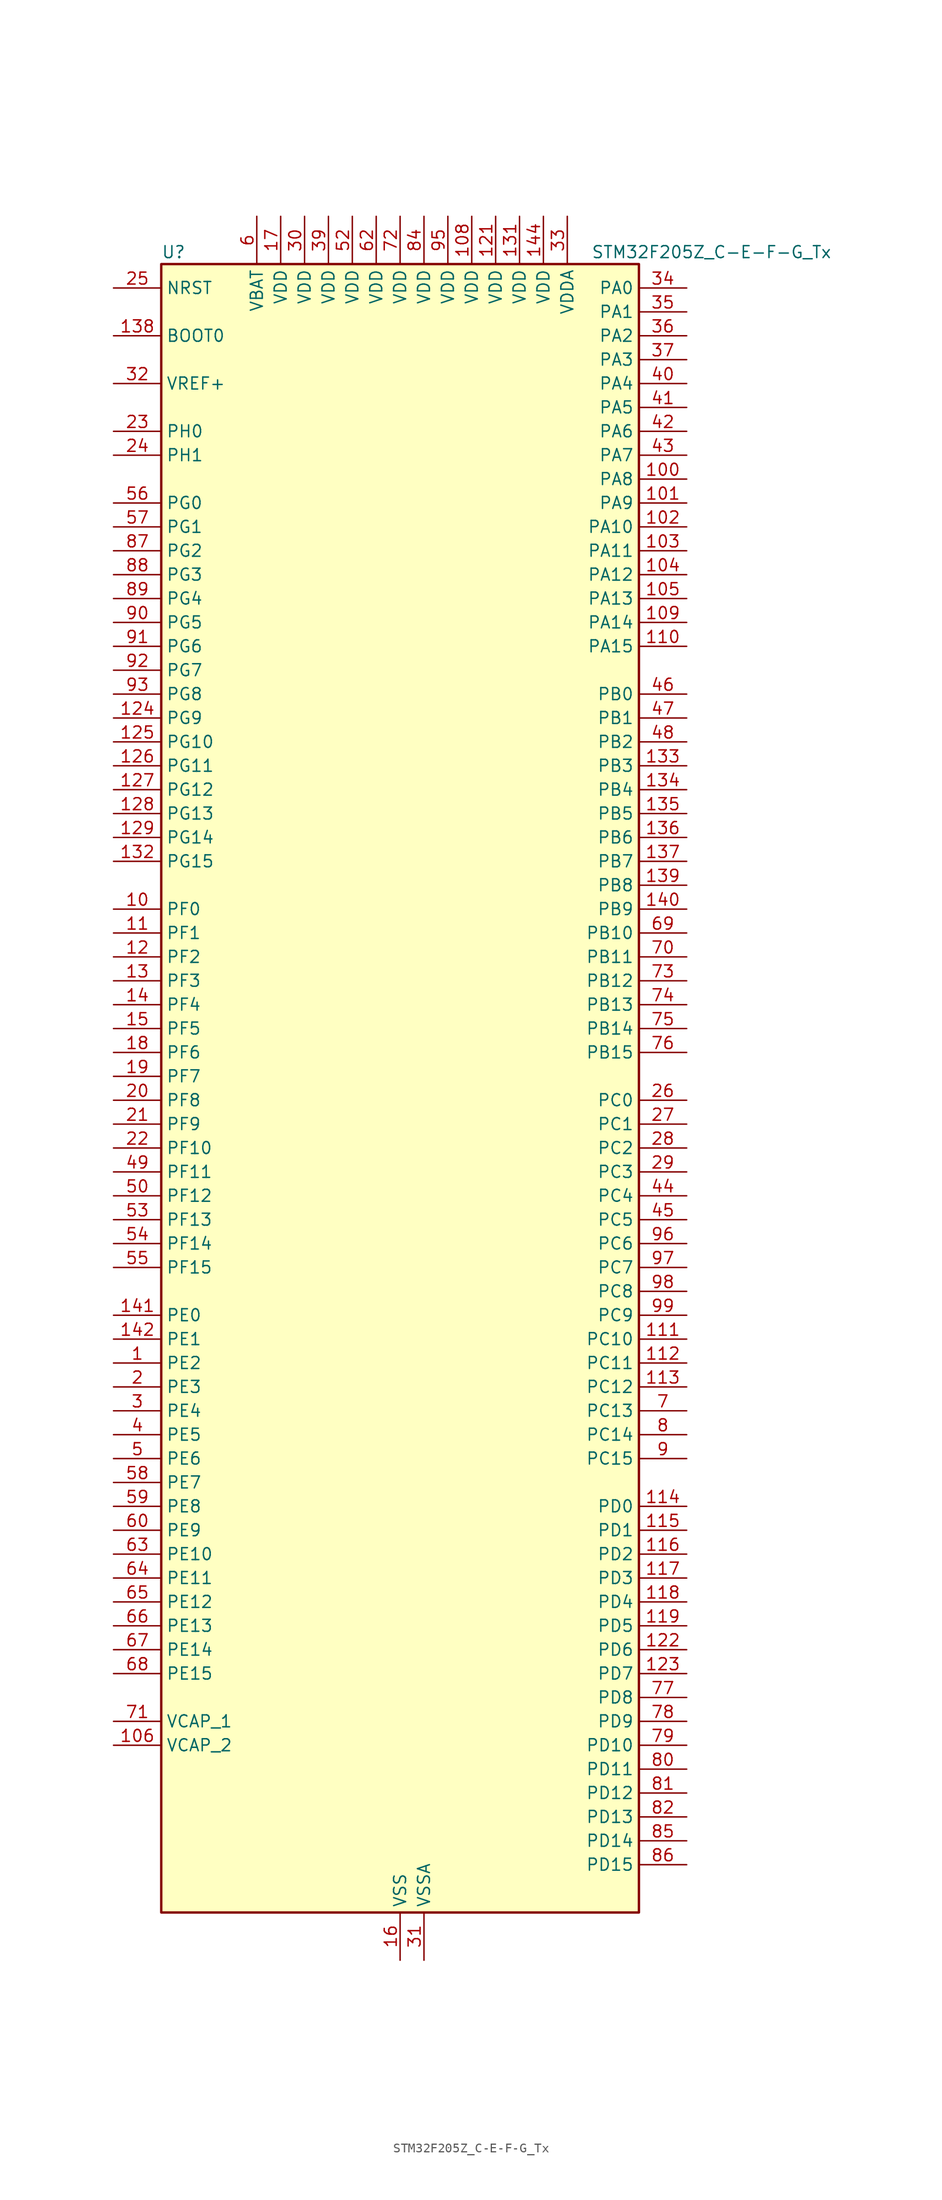
<source format=kicad_sym>
(kicad_symbol_lib
  (version 20231120)
  (generator "kicad_symbol_editor")
  (generator_version "8.0")
  (symbol "STM32F205Z_C-E-F-G_Tx"
    (property "Reference" "U"
      (at -25.4 90.17 0)
      (effects (font (size 1.27 1.27)) (justify left)))
    (property "Value" "STM32F205Z_C-E-F-G_Tx"
      (at 20.32 90.17 0)
      (effects (font (size 1.27 1.27)) (justify left)))
    (property "ki_locked" ""
      (at 0 0 0)
      (effects (font (size 1.27 1.27))))
    (symbol "STM32F205Z_C-E-F-G_Tx_0_1"
      (rectangle (start -25.4 -86.36) (end 25.4 88.9) (stroke (width 0.254) (type default)) (fill (type background))))
    (symbol "STM32F205Z_C-E-F-G_Tx_1_1"
      (pin bidirectional line (at -30.48 -27.94 0) (length 5.08) (name "PE2" (effects (font (size 1.27 1.27)))) (number "1" (effects (font (size 1.27 1.27)))) (alternate "FSMC_A23" bidirectional line) (alternate "SYS_TRACECLK" bidirectional line))
      (pin bidirectional line (at -30.48 20.32 0) (length 5.08) (name "PF0" (effects (font (size 1.27 1.27)))) (number "10" (effects (font (size 1.27 1.27)))) (alternate "FSMC_A0" bidirectional line) (alternate "I2C2_SDA" bidirectional line))
      (pin bidirectional line (at 30.48 66.04 180) (length 5.08) (name "PA8" (effects (font (size 1.27 1.27)))) (number "100" (effects (font (size 1.27 1.27)))) (alternate "I2C3_SCL" bidirectional line) (alternate "RCC_MCO_1" bidirectional line) (alternate "TIM1_CH1" bidirectional line) (alternate "USART1_CK" bidirectional line) (alternate "USB_OTG_FS_SOF" bidirectional line))
      (pin bidirectional line (at 30.48 63.5 180) (length 5.08) (name "PA9" (effects (font (size 1.27 1.27)))) (number "101" (effects (font (size 1.27 1.27)))) (alternate "DAC_EXTI9" bidirectional line) (alternate "I2C3_SMBA" bidirectional line) (alternate "TIM1_CH2" bidirectional line) (alternate "USART1_TX" bidirectional line) (alternate "USB_OTG_FS_VBUS" bidirectional line))
      (pin bidirectional line (at 30.48 60.96 180) (length 5.08) (name "PA10" (effects (font (size 1.27 1.27)))) (number "102" (effects (font (size 1.27 1.27)))) (alternate "TIM1_CH3" bidirectional line) (alternate "USART1_RX" bidirectional line) (alternate "USB_OTG_FS_ID" bidirectional line))
      (pin bidirectional line (at 30.48 58.42 180) (length 5.08) (name "PA11" (effects (font (size 1.27 1.27)))) (number "103" (effects (font (size 1.27 1.27)))) (alternate "ADC1_EXTI11" bidirectional line) (alternate "ADC2_EXTI11" bidirectional line) (alternate "ADC3_EXTI11" bidirectional line) (alternate "CAN1_RX" bidirectional line) (alternate "TIM1_CH4" bidirectional line) (alternate "USART1_CTS" bidirectional line) (alternate "USB_OTG_FS_DM" bidirectional line))
      (pin bidirectional line (at 30.48 55.88 180) (length 5.08) (name "PA12" (effects (font (size 1.27 1.27)))) (number "104" (effects (font (size 1.27 1.27)))) (alternate "CAN1_TX" bidirectional line) (alternate "TIM1_ETR" bidirectional line) (alternate "USART1_RTS" bidirectional line) (alternate "USB_OTG_FS_DP" bidirectional line))
      (pin bidirectional line (at 30.48 53.34 180) (length 5.08) (name "PA13" (effects (font (size 1.27 1.27)))) (number "105" (effects (font (size 1.27 1.27)))) (alternate "SYS_JTMS-SWDIO" bidirectional line))
      (pin power_out line (at -30.48 -68.58 0) (length 5.08) (name "VCAP_2" (effects (font (size 1.27 1.27)))) (number "106" (effects (font (size 1.27 1.27)))))
      (pin passive line (at 0 -91.44 90) (length 5.08) hide (name "VSS" (effects (font (size 1.27 1.27)))) (number "107" (effects (font (size 1.27 1.27)))))
      (pin power_in line (at 7.62 93.98 270) (length 5.08) (name "VDD" (effects (font (size 1.27 1.27)))) (number "108" (effects (font (size 1.27 1.27)))))
      (pin bidirectional line (at 30.48 50.8 180) (length 5.08) (name "PA14" (effects (font (size 1.27 1.27)))) (number "109" (effects (font (size 1.27 1.27)))) (alternate "SYS_JTCK-SWCLK" bidirectional line))
      (pin bidirectional line (at -30.48 17.78 0) (length 5.08) (name "PF1" (effects (font (size 1.27 1.27)))) (number "11" (effects (font (size 1.27 1.27)))) (alternate "FSMC_A1" bidirectional line) (alternate "I2C2_SCL" bidirectional line))
      (pin bidirectional line (at 30.48 48.26 180) (length 5.08) (name "PA15" (effects (font (size 1.27 1.27)))) (number "110" (effects (font (size 1.27 1.27)))) (alternate "ADC1_EXTI15" bidirectional line) (alternate "ADC2_EXTI15" bidirectional line) (alternate "ADC3_EXTI15" bidirectional line) (alternate "I2S3_WS" bidirectional line) (alternate "SPI1_NSS" bidirectional line) (alternate "SPI3_NSS" bidirectional line) (alternate "SYS_JTDI" bidirectional line) (alternate "TIM2_CH1" bidirectional line) (alternate "TIM2_ETR" bidirectional line))
      (pin bidirectional line (at 30.48 -25.4 180) (length 5.08) (name "PC10" (effects (font (size 1.27 1.27)))) (number "111" (effects (font (size 1.27 1.27)))) (alternate "I2S3_SCK" bidirectional line) (alternate "SDIO_D2" bidirectional line) (alternate "SPI3_SCK" bidirectional line) (alternate "UART4_TX" bidirectional line) (alternate "USART3_TX" bidirectional line))
      (pin bidirectional line (at 30.48 -27.94 180) (length 5.08) (name "PC11" (effects (font (size 1.27 1.27)))) (number "112" (effects (font (size 1.27 1.27)))) (alternate "ADC1_EXTI11" bidirectional line) (alternate "ADC2_EXTI11" bidirectional line) (alternate "ADC3_EXTI11" bidirectional line) (alternate "SDIO_D3" bidirectional line) (alternate "SPI3_MISO" bidirectional line) (alternate "UART4_RX" bidirectional line) (alternate "USART3_RX" bidirectional line))
      (pin bidirectional line (at 30.48 -30.48 180) (length 5.08) (name "PC12" (effects (font (size 1.27 1.27)))) (number "113" (effects (font (size 1.27 1.27)))) (alternate "I2S3_SD" bidirectional line) (alternate "SDIO_CK" bidirectional line) (alternate "SPI3_MOSI" bidirectional line) (alternate "UART5_TX" bidirectional line) (alternate "USART3_CK" bidirectional line))
      (pin bidirectional line (at 30.48 -43.18 180) (length 5.08) (name "PD0" (effects (font (size 1.27 1.27)))) (number "114" (effects (font (size 1.27 1.27)))) (alternate "CAN1_RX" bidirectional line) (alternate "FSMC_D2" bidirectional line) (alternate "FSMC_DA2" bidirectional line))
      (pin bidirectional line (at 30.48 -45.72 180) (length 5.08) (name "PD1" (effects (font (size 1.27 1.27)))) (number "115" (effects (font (size 1.27 1.27)))) (alternate "CAN1_TX" bidirectional line) (alternate "FSMC_D3" bidirectional line) (alternate "FSMC_DA3" bidirectional line))
      (pin bidirectional line (at 30.48 -48.26 180) (length 5.08) (name "PD2" (effects (font (size 1.27 1.27)))) (number "116" (effects (font (size 1.27 1.27)))) (alternate "SDIO_CMD" bidirectional line) (alternate "TIM3_ETR" bidirectional line) (alternate "UART5_RX" bidirectional line))
      (pin bidirectional line (at 30.48 -50.8 180) (length 5.08) (name "PD3" (effects (font (size 1.27 1.27)))) (number "117" (effects (font (size 1.27 1.27)))) (alternate "FSMC_CLK" bidirectional line) (alternate "USART2_CTS" bidirectional line))
      (pin bidirectional line (at 30.48 -53.34 180) (length 5.08) (name "PD4" (effects (font (size 1.27 1.27)))) (number "118" (effects (font (size 1.27 1.27)))) (alternate "FSMC_NOE" bidirectional line) (alternate "USART2_RTS" bidirectional line))
      (pin bidirectional line (at 30.48 -55.88 180) (length 5.08) (name "PD5" (effects (font (size 1.27 1.27)))) (number "119" (effects (font (size 1.27 1.27)))) (alternate "FSMC_NWE" bidirectional line) (alternate "USART2_TX" bidirectional line))
      (pin bidirectional line (at -30.48 15.24 0) (length 5.08) (name "PF2" (effects (font (size 1.27 1.27)))) (number "12" (effects (font (size 1.27 1.27)))) (alternate "FSMC_A2" bidirectional line) (alternate "I2C2_SMBA" bidirectional line))
      (pin passive line (at 0 -91.44 90) (length 5.08) hide (name "VSS" (effects (font (size 1.27 1.27)))) (number "120" (effects (font (size 1.27 1.27)))))
      (pin power_in line (at 10.16 93.98 270) (length 5.08) (name "VDD" (effects (font (size 1.27 1.27)))) (number "121" (effects (font (size 1.27 1.27)))))
      (pin bidirectional line (at 30.48 -58.42 180) (length 5.08) (name "PD6" (effects (font (size 1.27 1.27)))) (number "122" (effects (font (size 1.27 1.27)))) (alternate "FSMC_NWAIT" bidirectional line) (alternate "USART2_RX" bidirectional line))
      (pin bidirectional line (at 30.48 -60.96 180) (length 5.08) (name "PD7" (effects (font (size 1.27 1.27)))) (number "123" (effects (font (size 1.27 1.27)))) (alternate "FSMC_NCE2" bidirectional line) (alternate "FSMC_NE1" bidirectional line) (alternate "USART2_CK" bidirectional line))
      (pin bidirectional line (at -30.48 40.64 0) (length 5.08) (name "PG9" (effects (font (size 1.27 1.27)))) (number "124" (effects (font (size 1.27 1.27)))) (alternate "DAC_EXTI9" bidirectional line) (alternate "FSMC_NCE3" bidirectional line) (alternate "FSMC_NE2" bidirectional line) (alternate "USART6_RX" bidirectional line))
      (pin bidirectional line (at -30.48 38.1 0) (length 5.08) (name "PG10" (effects (font (size 1.27 1.27)))) (number "125" (effects (font (size 1.27 1.27)))) (alternate "FSMC_NCE4_1" bidirectional line) (alternate "FSMC_NE3" bidirectional line))
      (pin bidirectional line (at -30.48 35.56 0) (length 5.08) (name "PG11" (effects (font (size 1.27 1.27)))) (number "126" (effects (font (size 1.27 1.27)))) (alternate "ADC1_EXTI11" bidirectional line) (alternate "ADC2_EXTI11" bidirectional line) (alternate "ADC3_EXTI11" bidirectional line) (alternate "FSMC_NCE4_2" bidirectional line))
      (pin bidirectional line (at -30.48 33.02 0) (length 5.08) (name "PG12" (effects (font (size 1.27 1.27)))) (number "127" (effects (font (size 1.27 1.27)))) (alternate "FSMC_NE4" bidirectional line) (alternate "USART6_RTS" bidirectional line))
      (pin bidirectional line (at -30.48 30.48 0) (length 5.08) (name "PG13" (effects (font (size 1.27 1.27)))) (number "128" (effects (font (size 1.27 1.27)))) (alternate "FSMC_A24" bidirectional line) (alternate "USART6_CTS" bidirectional line))
      (pin bidirectional line (at -30.48 27.94 0) (length 5.08) (name "PG14" (effects (font (size 1.27 1.27)))) (number "129" (effects (font (size 1.27 1.27)))) (alternate "FSMC_A25" bidirectional line) (alternate "USART6_TX" bidirectional line))
      (pin bidirectional line (at -30.48 12.7 0) (length 5.08) (name "PF3" (effects (font (size 1.27 1.27)))) (number "13" (effects (font (size 1.27 1.27)))) (alternate "ADC3_IN9" bidirectional line) (alternate "FSMC_A3" bidirectional line))
      (pin passive line (at 0 -91.44 90) (length 5.08) hide (name "VSS" (effects (font (size 1.27 1.27)))) (number "130" (effects (font (size 1.27 1.27)))))
      (pin power_in line (at 12.7 93.98 270) (length 5.08) (name "VDD" (effects (font (size 1.27 1.27)))) (number "131" (effects (font (size 1.27 1.27)))))
      (pin bidirectional line (at -30.48 25.4 0) (length 5.08) (name "PG15" (effects (font (size 1.27 1.27)))) (number "132" (effects (font (size 1.27 1.27)))) (alternate "ADC1_EXTI15" bidirectional line) (alternate "ADC2_EXTI15" bidirectional line) (alternate "ADC3_EXTI15" bidirectional line) (alternate "USART6_CTS" bidirectional line))
      (pin bidirectional line (at 30.48 35.56 180) (length 5.08) (name "PB3" (effects (font (size 1.27 1.27)))) (number "133" (effects (font (size 1.27 1.27)))) (alternate "I2S3_SCK" bidirectional line) (alternate "SPI1_SCK" bidirectional line) (alternate "SPI3_SCK" bidirectional line) (alternate "SYS_JTDO-SWO" bidirectional line) (alternate "TIM2_CH2" bidirectional line))
      (pin bidirectional line (at 30.48 33.02 180) (length 5.08) (name "PB4" (effects (font (size 1.27 1.27)))) (number "134" (effects (font (size 1.27 1.27)))) (alternate "SPI1_MISO" bidirectional line) (alternate "SPI3_MISO" bidirectional line) (alternate "SYS_JTRST" bidirectional line) (alternate "TIM3_CH1" bidirectional line))
      (pin bidirectional line (at 30.48 30.48 180) (length 5.08) (name "PB5" (effects (font (size 1.27 1.27)))) (number "135" (effects (font (size 1.27 1.27)))) (alternate "CAN2_RX" bidirectional line) (alternate "I2C1_SMBA" bidirectional line) (alternate "I2S3_SD" bidirectional line) (alternate "SPI1_MOSI" bidirectional line) (alternate "SPI3_MOSI" bidirectional line) (alternate "TIM3_CH2" bidirectional line) (alternate "USB_OTG_HS_ULPI_D7" bidirectional line))
      (pin bidirectional line (at 30.48 27.94 180) (length 5.08) (name "PB6" (effects (font (size 1.27 1.27)))) (number "136" (effects (font (size 1.27 1.27)))) (alternate "CAN2_TX" bidirectional line) (alternate "I2C1_SCL" bidirectional line) (alternate "TIM4_CH1" bidirectional line) (alternate "USART1_TX" bidirectional line))
      (pin bidirectional line (at 30.48 25.4 180) (length 5.08) (name "PB7" (effects (font (size 1.27 1.27)))) (number "137" (effects (font (size 1.27 1.27)))) (alternate "FSMC_NL" bidirectional line) (alternate "I2C1_SDA" bidirectional line) (alternate "TIM4_CH2" bidirectional line) (alternate "USART1_RX" bidirectional line))
      (pin input line (at -30.48 81.28 0) (length 5.08) (name "BOOT0" (effects (font (size 1.27 1.27)))) (number "138" (effects (font (size 1.27 1.27)))))
      (pin bidirectional line (at 30.48 22.86 180) (length 5.08) (name "PB8" (effects (font (size 1.27 1.27)))) (number "139" (effects (font (size 1.27 1.27)))) (alternate "CAN1_RX" bidirectional line) (alternate "I2C1_SCL" bidirectional line) (alternate "SDIO_D4" bidirectional line) (alternate "TIM10_CH1" bidirectional line) (alternate "TIM4_CH3" bidirectional line))
      (pin bidirectional line (at -30.48 10.16 0) (length 5.08) (name "PF4" (effects (font (size 1.27 1.27)))) (number "14" (effects (font (size 1.27 1.27)))) (alternate "ADC3_IN14" bidirectional line) (alternate "FSMC_A4" bidirectional line))
      (pin bidirectional line (at 30.48 20.32 180) (length 5.08) (name "PB9" (effects (font (size 1.27 1.27)))) (number "140" (effects (font (size 1.27 1.27)))) (alternate "CAN1_TX" bidirectional line) (alternate "DAC_EXTI9" bidirectional line) (alternate "I2C1_SDA" bidirectional line) (alternate "I2S2_WS" bidirectional line) (alternate "SDIO_D5" bidirectional line) (alternate "SPI2_NSS" bidirectional line) (alternate "TIM11_CH1" bidirectional line) (alternate "TIM4_CH4" bidirectional line))
      (pin bidirectional line (at -30.48 -22.86 0) (length 5.08) (name "PE0" (effects (font (size 1.27 1.27)))) (number "141" (effects (font (size 1.27 1.27)))) (alternate "FSMC_NBL0" bidirectional line) (alternate "TIM4_ETR" bidirectional line))
      (pin bidirectional line (at -30.48 -25.4 0) (length 5.08) (name "PE1" (effects (font (size 1.27 1.27)))) (number "142" (effects (font (size 1.27 1.27)))) (alternate "FSMC_NBL1" bidirectional line))
      (pin no_connect line (at -25.4 -86.36 0) (length 5.08) hide (name "RFU" (effects (font (size 1.27 1.27)))) (number "143" (effects (font (size 1.27 1.27)))))
      (pin power_in line (at 15.24 93.98 270) (length 5.08) (name "VDD" (effects (font (size 1.27 1.27)))) (number "144" (effects (font (size 1.27 1.27)))))
      (pin bidirectional line (at -30.48 7.62 0) (length 5.08) (name "PF5" (effects (font (size 1.27 1.27)))) (number "15" (effects (font (size 1.27 1.27)))) (alternate "ADC3_IN15" bidirectional line) (alternate "FSMC_A5" bidirectional line))
      (pin power_in line (at 0 -91.44 90) (length 5.08) (name "VSS" (effects (font (size 1.27 1.27)))) (number "16" (effects (font (size 1.27 1.27)))))
      (pin power_in line (at -12.7 93.98 270) (length 5.08) (name "VDD" (effects (font (size 1.27 1.27)))) (number "17" (effects (font (size 1.27 1.27)))))
      (pin bidirectional line (at -30.48 5.08 0) (length 5.08) (name "PF6" (effects (font (size 1.27 1.27)))) (number "18" (effects (font (size 1.27 1.27)))) (alternate "ADC3_IN4" bidirectional line) (alternate "FSMC_NIORD" bidirectional line) (alternate "TIM10_CH1" bidirectional line))
      (pin bidirectional line (at -30.48 2.54 0) (length 5.08) (name "PF7" (effects (font (size 1.27 1.27)))) (number "19" (effects (font (size 1.27 1.27)))) (alternate "ADC3_IN5" bidirectional line) (alternate "FSMC_NREG" bidirectional line) (alternate "TIM11_CH1" bidirectional line))
      (pin bidirectional line (at -30.48 -30.48 0) (length 5.08) (name "PE3" (effects (font (size 1.27 1.27)))) (number "2" (effects (font (size 1.27 1.27)))) (alternate "FSMC_A19" bidirectional line) (alternate "SYS_TRACED0" bidirectional line))
      (pin bidirectional line (at -30.48 0 0) (length 5.08) (name "PF8" (effects (font (size 1.27 1.27)))) (number "20" (effects (font (size 1.27 1.27)))) (alternate "ADC3_IN6" bidirectional line) (alternate "FSMC_NIOWR" bidirectional line) (alternate "TIM13_CH1" bidirectional line))
      (pin bidirectional line (at -30.48 -2.54 0) (length 5.08) (name "PF9" (effects (font (size 1.27 1.27)))) (number "21" (effects (font (size 1.27 1.27)))) (alternate "ADC3_IN7" bidirectional line) (alternate "DAC_EXTI9" bidirectional line) (alternate "FSMC_CD" bidirectional line) (alternate "TIM14_CH1" bidirectional line))
      (pin bidirectional line (at -30.48 -5.08 0) (length 5.08) (name "PF10" (effects (font (size 1.27 1.27)))) (number "22" (effects (font (size 1.27 1.27)))) (alternate "ADC3_IN8" bidirectional line) (alternate "FSMC_INTR" bidirectional line))
      (pin bidirectional line (at -30.48 71.12 0) (length 5.08) (name "PH0" (effects (font (size 1.27 1.27)))) (number "23" (effects (font (size 1.27 1.27)))) (alternate "RCC_OSC_IN" bidirectional line))
      (pin bidirectional line (at -30.48 68.58 0) (length 5.08) (name "PH1" (effects (font (size 1.27 1.27)))) (number "24" (effects (font (size 1.27 1.27)))) (alternate "RCC_OSC_OUT" bidirectional line))
      (pin input line (at -30.48 86.36 0) (length 5.08) (name "NRST" (effects (font (size 1.27 1.27)))) (number "25" (effects (font (size 1.27 1.27)))))
      (pin bidirectional line (at 30.48 0 180) (length 5.08) (name "PC0" (effects (font (size 1.27 1.27)))) (number "26" (effects (font (size 1.27 1.27)))) (alternate "ADC1_IN10" bidirectional line) (alternate "ADC2_IN10" bidirectional line) (alternate "ADC3_IN10" bidirectional line) (alternate "USB_OTG_HS_ULPI_STP" bidirectional line))
      (pin bidirectional line (at 30.48 -2.54 180) (length 5.08) (name "PC1" (effects (font (size 1.27 1.27)))) (number "27" (effects (font (size 1.27 1.27)))) (alternate "ADC1_IN11" bidirectional line) (alternate "ADC2_IN11" bidirectional line) (alternate "ADC3_IN11" bidirectional line))
      (pin bidirectional line (at 30.48 -5.08 180) (length 5.08) (name "PC2" (effects (font (size 1.27 1.27)))) (number "28" (effects (font (size 1.27 1.27)))) (alternate "ADC1_IN12" bidirectional line) (alternate "ADC2_IN12" bidirectional line) (alternate "ADC3_IN12" bidirectional line) (alternate "SPI2_MISO" bidirectional line) (alternate "USB_OTG_HS_ULPI_DIR" bidirectional line))
      (pin bidirectional line (at 30.48 -7.62 180) (length 5.08) (name "PC3" (effects (font (size 1.27 1.27)))) (number "29" (effects (font (size 1.27 1.27)))) (alternate "ADC1_IN13" bidirectional line) (alternate "ADC2_IN13" bidirectional line) (alternate "ADC3_IN13" bidirectional line) (alternate "I2S2_SD" bidirectional line) (alternate "SPI2_MOSI" bidirectional line) (alternate "USB_OTG_HS_ULPI_NXT" bidirectional line))
      (pin bidirectional line (at -30.48 -33.02 0) (length 5.08) (name "PE4" (effects (font (size 1.27 1.27)))) (number "3" (effects (font (size 1.27 1.27)))) (alternate "FSMC_A20" bidirectional line) (alternate "SYS_TRACED1" bidirectional line))
      (pin power_in line (at -10.16 93.98 270) (length 5.08) (name "VDD" (effects (font (size 1.27 1.27)))) (number "30" (effects (font (size 1.27 1.27)))))
      (pin power_in line (at 2.54 -91.44 90) (length 5.08) (name "VSSA" (effects (font (size 1.27 1.27)))) (number "31" (effects (font (size 1.27 1.27)))))
      (pin input line (at -30.48 76.2 0) (length 5.08) (name "VREF+" (effects (font (size 1.27 1.27)))) (number "32" (effects (font (size 1.27 1.27)))))
      (pin power_in line (at 17.78 93.98 270) (length 5.08) (name "VDDA" (effects (font (size 1.27 1.27)))) (number "33" (effects (font (size 1.27 1.27)))))
      (pin bidirectional line (at 30.48 86.36 180) (length 5.08) (name "PA0" (effects (font (size 1.27 1.27)))) (number "34" (effects (font (size 1.27 1.27)))) (alternate "ADC1_IN0" bidirectional line) (alternate "ADC2_IN0" bidirectional line) (alternate "ADC3_IN0" bidirectional line) (alternate "SYS_WKUP" bidirectional line) (alternate "TIM2_CH1" bidirectional line) (alternate "TIM2_ETR" bidirectional line) (alternate "TIM5_CH1" bidirectional line) (alternate "TIM8_ETR" bidirectional line) (alternate "UART4_TX" bidirectional line) (alternate "USART2_CTS" bidirectional line))
      (pin bidirectional line (at 30.48 83.82 180) (length 5.08) (name "PA1" (effects (font (size 1.27 1.27)))) (number "35" (effects (font (size 1.27 1.27)))) (alternate "ADC1_IN1" bidirectional line) (alternate "ADC2_IN1" bidirectional line) (alternate "ADC3_IN1" bidirectional line) (alternate "TIM2_CH2" bidirectional line) (alternate "TIM5_CH2" bidirectional line) (alternate "UART4_RX" bidirectional line) (alternate "USART2_RTS" bidirectional line))
      (pin bidirectional line (at 30.48 81.28 180) (length 5.08) (name "PA2" (effects (font (size 1.27 1.27)))) (number "36" (effects (font (size 1.27 1.27)))) (alternate "ADC1_IN2" bidirectional line) (alternate "ADC2_IN2" bidirectional line) (alternate "ADC3_IN2" bidirectional line) (alternate "TIM2_CH3" bidirectional line) (alternate "TIM5_CH3" bidirectional line) (alternate "TIM9_CH1" bidirectional line) (alternate "USART2_TX" bidirectional line))
      (pin bidirectional line (at 30.48 78.74 180) (length 5.08) (name "PA3" (effects (font (size 1.27 1.27)))) (number "37" (effects (font (size 1.27 1.27)))) (alternate "ADC1_IN3" bidirectional line) (alternate "ADC2_IN3" bidirectional line) (alternate "ADC3_IN3" bidirectional line) (alternate "TIM2_CH4" bidirectional line) (alternate "TIM5_CH4" bidirectional line) (alternate "TIM9_CH2" bidirectional line) (alternate "USART2_RX" bidirectional line) (alternate "USB_OTG_HS_ULPI_D0" bidirectional line))
      (pin passive line (at 0 -91.44 90) (length 5.08) hide (name "VSS" (effects (font (size 1.27 1.27)))) (number "38" (effects (font (size 1.27 1.27)))))
      (pin power_in line (at -7.62 93.98 270) (length 5.08) (name "VDD" (effects (font (size 1.27 1.27)))) (number "39" (effects (font (size 1.27 1.27)))))
      (pin bidirectional line (at -30.48 -35.56 0) (length 5.08) (name "PE5" (effects (font (size 1.27 1.27)))) (number "4" (effects (font (size 1.27 1.27)))) (alternate "FSMC_A21" bidirectional line) (alternate "SYS_TRACED2" bidirectional line) (alternate "TIM9_CH1" bidirectional line))
      (pin bidirectional line (at 30.48 76.2 180) (length 5.08) (name "PA4" (effects (font (size 1.27 1.27)))) (number "40" (effects (font (size 1.27 1.27)))) (alternate "ADC1_IN4" bidirectional line) (alternate "ADC2_IN4" bidirectional line) (alternate "DAC_OUT1" bidirectional line) (alternate "I2S3_WS" bidirectional line) (alternate "SPI1_NSS" bidirectional line) (alternate "SPI3_NSS" bidirectional line) (alternate "USART2_CK" bidirectional line) (alternate "USB_OTG_HS_SOF" bidirectional line))
      (pin bidirectional line (at 30.48 73.66 180) (length 5.08) (name "PA5" (effects (font (size 1.27 1.27)))) (number "41" (effects (font (size 1.27 1.27)))) (alternate "ADC1_IN5" bidirectional line) (alternate "ADC2_IN5" bidirectional line) (alternate "DAC_OUT2" bidirectional line) (alternate "SPI1_SCK" bidirectional line) (alternate "TIM2_CH1" bidirectional line) (alternate "TIM2_ETR" bidirectional line) (alternate "TIM8_CH1N" bidirectional line) (alternate "USB_OTG_HS_ULPI_CK" bidirectional line))
      (pin bidirectional line (at 30.48 71.12 180) (length 5.08) (name "PA6" (effects (font (size 1.27 1.27)))) (number "42" (effects (font (size 1.27 1.27)))) (alternate "ADC1_IN6" bidirectional line) (alternate "ADC2_IN6" bidirectional line) (alternate "SPI1_MISO" bidirectional line) (alternate "TIM13_CH1" bidirectional line) (alternate "TIM1_BKIN" bidirectional line) (alternate "TIM3_CH1" bidirectional line) (alternate "TIM8_BKIN" bidirectional line))
      (pin bidirectional line (at 30.48 68.58 180) (length 5.08) (name "PA7" (effects (font (size 1.27 1.27)))) (number "43" (effects (font (size 1.27 1.27)))) (alternate "ADC1_IN7" bidirectional line) (alternate "ADC2_IN7" bidirectional line) (alternate "SPI1_MOSI" bidirectional line) (alternate "TIM14_CH1" bidirectional line) (alternate "TIM1_CH1N" bidirectional line) (alternate "TIM3_CH2" bidirectional line) (alternate "TIM8_CH1N" bidirectional line))
      (pin bidirectional line (at 30.48 -10.16 180) (length 5.08) (name "PC4" (effects (font (size 1.27 1.27)))) (number "44" (effects (font (size 1.27 1.27)))) (alternate "ADC1_IN14" bidirectional line) (alternate "ADC2_IN14" bidirectional line))
      (pin bidirectional line (at 30.48 -12.7 180) (length 5.08) (name "PC5" (effects (font (size 1.27 1.27)))) (number "45" (effects (font (size 1.27 1.27)))) (alternate "ADC1_IN15" bidirectional line) (alternate "ADC2_IN15" bidirectional line))
      (pin bidirectional line (at 30.48 43.18 180) (length 5.08) (name "PB0" (effects (font (size 1.27 1.27)))) (number "46" (effects (font (size 1.27 1.27)))) (alternate "ADC1_IN8" bidirectional line) (alternate "ADC2_IN8" bidirectional line) (alternate "TIM1_CH2N" bidirectional line) (alternate "TIM3_CH3" bidirectional line) (alternate "TIM8_CH2N" bidirectional line) (alternate "USB_OTG_HS_ULPI_D1" bidirectional line))
      (pin bidirectional line (at 30.48 40.64 180) (length 5.08) (name "PB1" (effects (font (size 1.27 1.27)))) (number "47" (effects (font (size 1.27 1.27)))) (alternate "ADC1_IN9" bidirectional line) (alternate "ADC2_IN9" bidirectional line) (alternate "TIM1_CH3N" bidirectional line) (alternate "TIM3_CH4" bidirectional line) (alternate "TIM8_CH3N" bidirectional line) (alternate "USB_OTG_HS_ULPI_D2" bidirectional line))
      (pin bidirectional line (at 30.48 38.1 180) (length 5.08) (name "PB2" (effects (font (size 1.27 1.27)))) (number "48" (effects (font (size 1.27 1.27)))))
      (pin bidirectional line (at -30.48 -7.62 0) (length 5.08) (name "PF11" (effects (font (size 1.27 1.27)))) (number "49" (effects (font (size 1.27 1.27)))) (alternate "ADC1_EXTI11" bidirectional line) (alternate "ADC2_EXTI11" bidirectional line) (alternate "ADC3_EXTI11" bidirectional line))
      (pin bidirectional line (at -30.48 -38.1 0) (length 5.08) (name "PE6" (effects (font (size 1.27 1.27)))) (number "5" (effects (font (size 1.27 1.27)))) (alternate "FSMC_A22" bidirectional line) (alternate "SYS_TRACED3" bidirectional line) (alternate "TIM9_CH2" bidirectional line))
      (pin bidirectional line (at -30.48 -10.16 0) (length 5.08) (name "PF12" (effects (font (size 1.27 1.27)))) (number "50" (effects (font (size 1.27 1.27)))) (alternate "FSMC_A6" bidirectional line))
      (pin passive line (at 0 -91.44 90) (length 5.08) hide (name "VSS" (effects (font (size 1.27 1.27)))) (number "51" (effects (font (size 1.27 1.27)))))
      (pin power_in line (at -5.08 93.98 270) (length 5.08) (name "VDD" (effects (font (size 1.27 1.27)))) (number "52" (effects (font (size 1.27 1.27)))))
      (pin bidirectional line (at -30.48 -12.7 0) (length 5.08) (name "PF13" (effects (font (size 1.27 1.27)))) (number "53" (effects (font (size 1.27 1.27)))) (alternate "FSMC_A7" bidirectional line))
      (pin bidirectional line (at -30.48 -15.24 0) (length 5.08) (name "PF14" (effects (font (size 1.27 1.27)))) (number "54" (effects (font (size 1.27 1.27)))) (alternate "FSMC_A8" bidirectional line))
      (pin bidirectional line (at -30.48 -17.78 0) (length 5.08) (name "PF15" (effects (font (size 1.27 1.27)))) (number "55" (effects (font (size 1.27 1.27)))) (alternate "ADC1_EXTI15" bidirectional line) (alternate "ADC2_EXTI15" bidirectional line) (alternate "ADC3_EXTI15" bidirectional line) (alternate "FSMC_A9" bidirectional line))
      (pin bidirectional line (at -30.48 63.5 0) (length 5.08) (name "PG0" (effects (font (size 1.27 1.27)))) (number "56" (effects (font (size 1.27 1.27)))) (alternate "FSMC_A10" bidirectional line))
      (pin bidirectional line (at -30.48 60.96 0) (length 5.08) (name "PG1" (effects (font (size 1.27 1.27)))) (number "57" (effects (font (size 1.27 1.27)))) (alternate "FSMC_A11" bidirectional line))
      (pin bidirectional line (at -30.48 -40.64 0) (length 5.08) (name "PE7" (effects (font (size 1.27 1.27)))) (number "58" (effects (font (size 1.27 1.27)))) (alternate "FSMC_D4" bidirectional line) (alternate "FSMC_DA4" bidirectional line) (alternate "TIM1_ETR" bidirectional line))
      (pin bidirectional line (at -30.48 -43.18 0) (length 5.08) (name "PE8" (effects (font (size 1.27 1.27)))) (number "59" (effects (font (size 1.27 1.27)))) (alternate "FSMC_D5" bidirectional line) (alternate "FSMC_DA5" bidirectional line) (alternate "TIM1_CH1N" bidirectional line))
      (pin power_in line (at -15.24 93.98 270) (length 5.08) (name "VBAT" (effects (font (size 1.27 1.27)))) (number "6" (effects (font (size 1.27 1.27)))))
      (pin bidirectional line (at -30.48 -45.72 0) (length 5.08) (name "PE9" (effects (font (size 1.27 1.27)))) (number "60" (effects (font (size 1.27 1.27)))) (alternate "DAC_EXTI9" bidirectional line) (alternate "FSMC_D6" bidirectional line) (alternate "FSMC_DA6" bidirectional line) (alternate "TIM1_CH1" bidirectional line))
      (pin passive line (at 0 -91.44 90) (length 5.08) hide (name "VSS" (effects (font (size 1.27 1.27)))) (number "61" (effects (font (size 1.27 1.27)))))
      (pin power_in line (at -2.54 93.98 270) (length 5.08) (name "VDD" (effects (font (size 1.27 1.27)))) (number "62" (effects (font (size 1.27 1.27)))))
      (pin bidirectional line (at -30.48 -48.26 0) (length 5.08) (name "PE10" (effects (font (size 1.27 1.27)))) (number "63" (effects (font (size 1.27 1.27)))) (alternate "FSMC_D7" bidirectional line) (alternate "FSMC_DA7" bidirectional line) (alternate "TIM1_CH2N" bidirectional line))
      (pin bidirectional line (at -30.48 -50.8 0) (length 5.08) (name "PE11" (effects (font (size 1.27 1.27)))) (number "64" (effects (font (size 1.27 1.27)))) (alternate "ADC1_EXTI11" bidirectional line) (alternate "ADC2_EXTI11" bidirectional line) (alternate "ADC3_EXTI11" bidirectional line) (alternate "FSMC_D8" bidirectional line) (alternate "FSMC_DA8" bidirectional line) (alternate "TIM1_CH2" bidirectional line))
      (pin bidirectional line (at -30.48 -53.34 0) (length 5.08) (name "PE12" (effects (font (size 1.27 1.27)))) (number "65" (effects (font (size 1.27 1.27)))) (alternate "FSMC_D9" bidirectional line) (alternate "FSMC_DA9" bidirectional line) (alternate "TIM1_CH3N" bidirectional line))
      (pin bidirectional line (at -30.48 -55.88 0) (length 5.08) (name "PE13" (effects (font (size 1.27 1.27)))) (number "66" (effects (font (size 1.27 1.27)))) (alternate "FSMC_D10" bidirectional line) (alternate "FSMC_DA10" bidirectional line) (alternate "TIM1_CH3" bidirectional line))
      (pin bidirectional line (at -30.48 -58.42 0) (length 5.08) (name "PE14" (effects (font (size 1.27 1.27)))) (number "67" (effects (font (size 1.27 1.27)))) (alternate "FSMC_D11" bidirectional line) (alternate "FSMC_DA11" bidirectional line) (alternate "TIM1_CH4" bidirectional line))
      (pin bidirectional line (at -30.48 -60.96 0) (length 5.08) (name "PE15" (effects (font (size 1.27 1.27)))) (number "68" (effects (font (size 1.27 1.27)))) (alternate "ADC1_EXTI15" bidirectional line) (alternate "ADC2_EXTI15" bidirectional line) (alternate "ADC3_EXTI15" bidirectional line) (alternate "FSMC_D12" bidirectional line) (alternate "FSMC_DA12" bidirectional line) (alternate "TIM1_BKIN" bidirectional line))
      (pin bidirectional line (at 30.48 17.78 180) (length 5.08) (name "PB10" (effects (font (size 1.27 1.27)))) (number "69" (effects (font (size 1.27 1.27)))) (alternate "I2C2_SCL" bidirectional line) (alternate "I2S2_SCK" bidirectional line) (alternate "SPI2_SCK" bidirectional line) (alternate "TIM2_CH3" bidirectional line) (alternate "USART3_TX" bidirectional line) (alternate "USB_OTG_HS_ULPI_D3" bidirectional line))
      (pin bidirectional line (at 30.48 -33.02 180) (length 5.08) (name "PC13" (effects (font (size 1.27 1.27)))) (number "7" (effects (font (size 1.27 1.27)))) (alternate "RTC_AF1" bidirectional line))
      (pin bidirectional line (at 30.48 15.24 180) (length 5.08) (name "PB11" (effects (font (size 1.27 1.27)))) (number "70" (effects (font (size 1.27 1.27)))) (alternate "ADC1_EXTI11" bidirectional line) (alternate "ADC2_EXTI11" bidirectional line) (alternate "ADC3_EXTI11" bidirectional line) (alternate "I2C2_SDA" bidirectional line) (alternate "TIM2_CH4" bidirectional line) (alternate "USART3_RX" bidirectional line) (alternate "USB_OTG_HS_ULPI_D4" bidirectional line))
      (pin power_out line (at -30.48 -66.04 0) (length 5.08) (name "VCAP_1" (effects (font (size 1.27 1.27)))) (number "71" (effects (font (size 1.27 1.27)))))
      (pin power_in line (at 0 93.98 270) (length 5.08) (name "VDD" (effects (font (size 1.27 1.27)))) (number "72" (effects (font (size 1.27 1.27)))))
      (pin bidirectional line (at 30.48 12.7 180) (length 5.08) (name "PB12" (effects (font (size 1.27 1.27)))) (number "73" (effects (font (size 1.27 1.27)))) (alternate "CAN2_RX" bidirectional line) (alternate "I2C2_SMBA" bidirectional line) (alternate "I2S2_WS" bidirectional line) (alternate "SPI2_NSS" bidirectional line) (alternate "TIM1_BKIN" bidirectional line) (alternate "USART3_CK" bidirectional line) (alternate "USB_OTG_HS_ID" bidirectional line) (alternate "USB_OTG_HS_ULPI_D5" bidirectional line))
      (pin bidirectional line (at 30.48 10.16 180) (length 5.08) (name "PB13" (effects (font (size 1.27 1.27)))) (number "74" (effects (font (size 1.27 1.27)))) (alternate "CAN2_TX" bidirectional line) (alternate "I2S2_SCK" bidirectional line) (alternate "SPI2_SCK" bidirectional line) (alternate "TIM1_CH1N" bidirectional line) (alternate "USART3_CTS" bidirectional line) (alternate "USB_OTG_HS_ULPI_D6" bidirectional line) (alternate "USB_OTG_HS_VBUS" bidirectional line))
      (pin bidirectional line (at 30.48 7.62 180) (length 5.08) (name "PB14" (effects (font (size 1.27 1.27)))) (number "75" (effects (font (size 1.27 1.27)))) (alternate "SPI2_MISO" bidirectional line) (alternate "TIM12_CH1" bidirectional line) (alternate "TIM1_CH2N" bidirectional line) (alternate "TIM8_CH2N" bidirectional line) (alternate "USART3_RTS" bidirectional line) (alternate "USB_OTG_HS_DM" bidirectional line))
      (pin bidirectional line (at 30.48 5.08 180) (length 5.08) (name "PB15" (effects (font (size 1.27 1.27)))) (number "76" (effects (font (size 1.27 1.27)))) (alternate "ADC1_EXTI15" bidirectional line) (alternate "ADC2_EXTI15" bidirectional line) (alternate "ADC3_EXTI15" bidirectional line) (alternate "I2S2_SD" bidirectional line) (alternate "RTC_REFIN" bidirectional line) (alternate "SPI2_MOSI" bidirectional line) (alternate "TIM12_CH2" bidirectional line) (alternate "TIM1_CH3N" bidirectional line) (alternate "TIM8_CH3N" bidirectional line) (alternate "USB_OTG_HS_DP" bidirectional line))
      (pin bidirectional line (at 30.48 -63.5 180) (length 5.08) (name "PD8" (effects (font (size 1.27 1.27)))) (number "77" (effects (font (size 1.27 1.27)))) (alternate "FSMC_D13" bidirectional line) (alternate "FSMC_DA13" bidirectional line) (alternate "USART3_TX" bidirectional line))
      (pin bidirectional line (at 30.48 -66.04 180) (length 5.08) (name "PD9" (effects (font (size 1.27 1.27)))) (number "78" (effects (font (size 1.27 1.27)))) (alternate "DAC_EXTI9" bidirectional line) (alternate "FSMC_D14" bidirectional line) (alternate "FSMC_DA14" bidirectional line) (alternate "USART3_RX" bidirectional line))
      (pin bidirectional line (at 30.48 -68.58 180) (length 5.08) (name "PD10" (effects (font (size 1.27 1.27)))) (number "79" (effects (font (size 1.27 1.27)))) (alternate "FSMC_D15" bidirectional line) (alternate "FSMC_DA15" bidirectional line) (alternate "USART3_CK" bidirectional line))
      (pin bidirectional line (at 30.48 -35.56 180) (length 5.08) (name "PC14" (effects (font (size 1.27 1.27)))) (number "8" (effects (font (size 1.27 1.27)))) (alternate "RCC_OSC32_IN" bidirectional line))
      (pin bidirectional line (at 30.48 -71.12 180) (length 5.08) (name "PD11" (effects (font (size 1.27 1.27)))) (number "80" (effects (font (size 1.27 1.27)))) (alternate "ADC1_EXTI11" bidirectional line) (alternate "ADC2_EXTI11" bidirectional line) (alternate "ADC3_EXTI11" bidirectional line) (alternate "FSMC_A16" bidirectional line) (alternate "FSMC_CLE" bidirectional line) (alternate "USART3_CTS" bidirectional line))
      (pin bidirectional line (at 30.48 -73.66 180) (length 5.08) (name "PD12" (effects (font (size 1.27 1.27)))) (number "81" (effects (font (size 1.27 1.27)))) (alternate "FSMC_A17" bidirectional line) (alternate "FSMC_ALE" bidirectional line) (alternate "TIM4_CH1" bidirectional line) (alternate "USART3_RTS" bidirectional line))
      (pin bidirectional line (at 30.48 -76.2 180) (length 5.08) (name "PD13" (effects (font (size 1.27 1.27)))) (number "82" (effects (font (size 1.27 1.27)))) (alternate "FSMC_A18" bidirectional line) (alternate "TIM4_CH2" bidirectional line))
      (pin passive line (at 0 -91.44 90) (length 5.08) hide (name "VSS" (effects (font (size 1.27 1.27)))) (number "83" (effects (font (size 1.27 1.27)))))
      (pin power_in line (at 2.54 93.98 270) (length 5.08) (name "VDD" (effects (font (size 1.27 1.27)))) (number "84" (effects (font (size 1.27 1.27)))))
      (pin bidirectional line (at 30.48 -78.74 180) (length 5.08) (name "PD14" (effects (font (size 1.27 1.27)))) (number "85" (effects (font (size 1.27 1.27)))) (alternate "FSMC_D0" bidirectional line) (alternate "FSMC_DA0" bidirectional line) (alternate "TIM4_CH3" bidirectional line))
      (pin bidirectional line (at 30.48 -81.28 180) (length 5.08) (name "PD15" (effects (font (size 1.27 1.27)))) (number "86" (effects (font (size 1.27 1.27)))) (alternate "ADC1_EXTI15" bidirectional line) (alternate "ADC2_EXTI15" bidirectional line) (alternate "ADC3_EXTI15" bidirectional line) (alternate "FSMC_D1" bidirectional line) (alternate "FSMC_DA1" bidirectional line) (alternate "TIM4_CH4" bidirectional line))
      (pin bidirectional line (at -30.48 58.42 0) (length 5.08) (name "PG2" (effects (font (size 1.27 1.27)))) (number "87" (effects (font (size 1.27 1.27)))) (alternate "FSMC_A12" bidirectional line))
      (pin bidirectional line (at -30.48 55.88 0) (length 5.08) (name "PG3" (effects (font (size 1.27 1.27)))) (number "88" (effects (font (size 1.27 1.27)))) (alternate "FSMC_A13" bidirectional line))
      (pin bidirectional line (at -30.48 53.34 0) (length 5.08) (name "PG4" (effects (font (size 1.27 1.27)))) (number "89" (effects (font (size 1.27 1.27)))) (alternate "FSMC_A14" bidirectional line))
      (pin bidirectional line (at 30.48 -38.1 180) (length 5.08) (name "PC15" (effects (font (size 1.27 1.27)))) (number "9" (effects (font (size 1.27 1.27)))) (alternate "ADC1_EXTI15" bidirectional line) (alternate "ADC2_EXTI15" bidirectional line) (alternate "ADC3_EXTI15" bidirectional line) (alternate "RCC_OSC32_OUT" bidirectional line))
      (pin bidirectional line (at -30.48 50.8 0) (length 5.08) (name "PG5" (effects (font (size 1.27 1.27)))) (number "90" (effects (font (size 1.27 1.27)))) (alternate "FSMC_A15" bidirectional line))
      (pin bidirectional line (at -30.48 48.26 0) (length 5.08) (name "PG6" (effects (font (size 1.27 1.27)))) (number "91" (effects (font (size 1.27 1.27)))) (alternate "FSMC_INT2" bidirectional line))
      (pin bidirectional line (at -30.48 45.72 0) (length 5.08) (name "PG7" (effects (font (size 1.27 1.27)))) (number "92" (effects (font (size 1.27 1.27)))) (alternate "FSMC_INT3" bidirectional line) (alternate "USART6_CK" bidirectional line))
      (pin bidirectional line (at -30.48 43.18 0) (length 5.08) (name "PG8" (effects (font (size 1.27 1.27)))) (number "93" (effects (font (size 1.27 1.27)))) (alternate "USART6_RTS" bidirectional line))
      (pin passive line (at 0 -91.44 90) (length 5.08) hide (name "VSS" (effects (font (size 1.27 1.27)))) (number "94" (effects (font (size 1.27 1.27)))))
      (pin power_in line (at 5.08 93.98 270) (length 5.08) (name "VDD" (effects (font (size 1.27 1.27)))) (number "95" (effects (font (size 1.27 1.27)))))
      (pin bidirectional line (at 30.48 -15.24 180) (length 5.08) (name "PC6" (effects (font (size 1.27 1.27)))) (number "96" (effects (font (size 1.27 1.27)))) (alternate "I2S2_MCK" bidirectional line) (alternate "SDIO_D6" bidirectional line) (alternate "TIM3_CH1" bidirectional line) (alternate "TIM8_CH1" bidirectional line) (alternate "USART6_TX" bidirectional line))
      (pin bidirectional line (at 30.48 -17.78 180) (length 5.08) (name "PC7" (effects (font (size 1.27 1.27)))) (number "97" (effects (font (size 1.27 1.27)))) (alternate "I2S3_MCK" bidirectional line) (alternate "SDIO_D7" bidirectional line) (alternate "TIM3_CH2" bidirectional line) (alternate "TIM8_CH2" bidirectional line) (alternate "USART6_RX" bidirectional line))
      (pin bidirectional line (at 30.48 -20.32 180) (length 5.08) (name "PC8" (effects (font (size 1.27 1.27)))) (number "98" (effects (font (size 1.27 1.27)))) (alternate "SDIO_D0" bidirectional line) (alternate "TIM3_CH3" bidirectional line) (alternate "TIM8_CH3" bidirectional line) (alternate "USART6_CK" bidirectional line))
      (pin bidirectional line (at 30.48 -22.86 180) (length 5.08) (name "PC9" (effects (font (size 1.27 1.27)))) (number "99" (effects (font (size 1.27 1.27)))) (alternate "DAC_EXTI9" bidirectional line) (alternate "I2C3_SDA" bidirectional line) (alternate "I2S_CKIN" bidirectional line) (alternate "RCC_MCO_2" bidirectional line) (alternate "SDIO_D1" bidirectional line) (alternate "TIM3_CH4" bidirectional line) (alternate "TIM8_CH4" bidirectional line)))))
</source>
